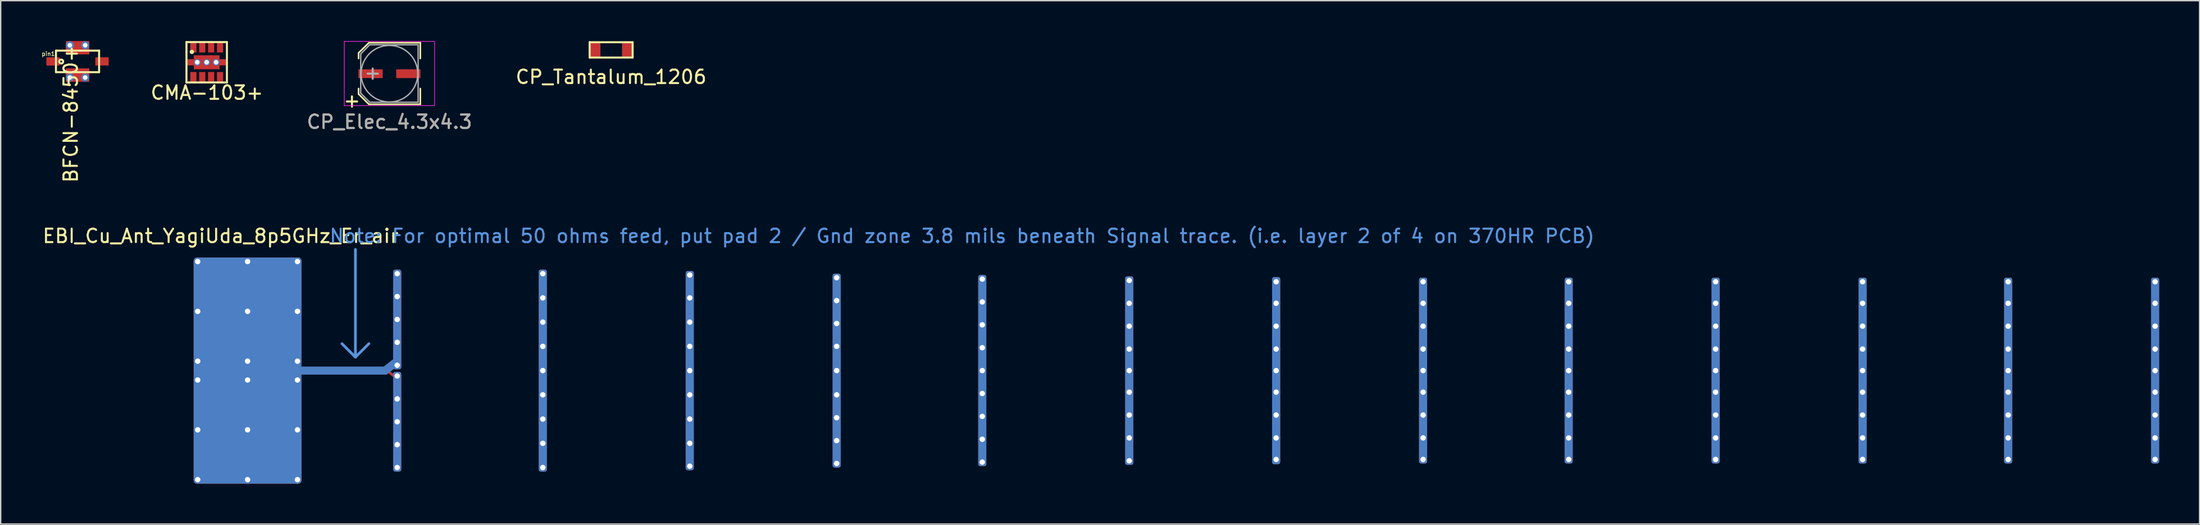
<source format=kicad_pcb>
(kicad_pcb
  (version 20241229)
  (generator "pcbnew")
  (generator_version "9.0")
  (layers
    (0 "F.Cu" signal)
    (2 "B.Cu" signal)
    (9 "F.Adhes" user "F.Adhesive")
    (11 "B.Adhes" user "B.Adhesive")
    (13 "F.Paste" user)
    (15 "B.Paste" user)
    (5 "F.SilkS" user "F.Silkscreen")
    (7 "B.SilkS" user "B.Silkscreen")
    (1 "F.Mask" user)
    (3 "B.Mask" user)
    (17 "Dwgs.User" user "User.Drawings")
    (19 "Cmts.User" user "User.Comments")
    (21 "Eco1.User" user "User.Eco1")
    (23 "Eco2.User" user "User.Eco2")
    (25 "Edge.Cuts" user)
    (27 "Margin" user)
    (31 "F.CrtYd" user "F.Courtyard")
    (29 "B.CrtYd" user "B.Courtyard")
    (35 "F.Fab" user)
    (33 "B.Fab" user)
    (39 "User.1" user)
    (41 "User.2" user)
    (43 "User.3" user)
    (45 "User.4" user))
  (footprint "CP_Elec_4.3x4.3"
    (layer "F.Cu")
    (at 25.838 2.425)
    (property "Reference" "CP_Elec_4.3x4.3" (at 0 3.58 180) (layer "F.SilkS") (effects (font (size 1 1) (thickness 0.15))))
    (attr smd)
    (fp_line (start -2.29 -1.54) (end -2.29 -1.13) (stroke (width 0.12) (type solid)) (layer "F.SilkS"))
    (fp_line (start -2.29 1.51) (end -2.29 1.1) (stroke (width 0.12) (type solid)) (layer "F.SilkS"))
    (fp_line (start -1.52 -2.3) (end -2.29 -1.54) (stroke (width 0.12) (type solid)) (layer "F.SilkS"))
    (fp_line (start -1.52 -2.3) (end 2.29 -2.3) (stroke (width 0.12) (type solid)) (layer "F.SilkS"))
    (fp_line (start -1.52 2.27) (end -2.29 1.51) (stroke (width 0.12) (type solid)) (layer "F.SilkS"))
    (fp_line (start -1.52 2.27) (end 2.29 2.27) (stroke (width 0.12) (type solid)) (layer "F.SilkS"))
    (fp_line (start 2.29 -2.3) (end 2.29 -1.13) (stroke (width 0.12) (type solid)) (layer "F.SilkS"))
    (fp_line (start 2.29 2.27) (end 2.29 1.1) (stroke (width 0.12) (type solid)) (layer "F.SilkS"))
    (fp_line (start -3.35 -2.4) (end -3.35 2.37) (stroke (width 0.05) (type solid)) (layer "F.CrtYd"))
    (fp_line (start -3.35 -2.4) (end 3.35 -2.4) (stroke (width 0.05) (type solid)) (layer "F.CrtYd"))
    (fp_line (start 3.35 2.37) (end -3.35 2.37) (stroke (width 0.05) (type solid)) (layer "F.CrtYd"))
    (fp_line (start 3.35 2.37) (end 3.35 -2.4) (stroke (width 0.05) (type solid)) (layer "F.CrtYd"))
    (fp_line (start -2.13 -1.47) (end -2.13 1.45) (stroke (width 0.1) (type solid)) (layer "F.Fab"))
    (fp_line (start -2.13 1.45) (end -1.46 2.12) (stroke (width 0.1) (type solid)) (layer "F.Fab"))
    (fp_line (start -1.46 -2.15) (end -2.13 -1.47) (stroke (width 0.1) (type solid)) (layer "F.Fab"))
    (fp_line (start -1.46 2.12) (end 2.13 2.12) (stroke (width 0.1) (type solid)) (layer "F.Fab"))
    (fp_line (start 2.13 -2.15) (end -1.46 -2.15) (stroke (width 0.1) (type solid)) (layer "F.Fab"))
    (fp_line (start 2.13 2.12) (end 2.13 -2.15) (stroke (width 0.1) (type solid)) (layer "F.Fab"))
    (fp_circle (center 0 0) (end 0.1 2.1) (stroke (width 0.1) (type solid)) (fill no) (layer "F.Fab"))
    (fp_text user "+" (at -2.78 1.99 180) (layer "F.SilkS") (effects (font (size 1 1) (thickness 0.15))))
    (fp_text user "${REFERENCE}" (at 0 3.58 180) (layer "F.Fab") (effects (font (size 1 1) (thickness 0.15))))
    (fp_text user "+" (at -1.24 -0.08 0) (layer "F.Fab") (effects (font (size 1 1) (thickness 0.15))))
    (pad "1" smd rect (at -1.4 0 180) (size 1.8 0.65) (layers "F.Cu" "F.Mask" "F.Paste"))
    (pad "2" smd rect (at 1.4 0 180) (size 1.8 0.65) (layers "F.Cu" "F.Mask" "F.Paste")))
  (footprint "CMA-103+"
    (layer "F.Cu")
    (at 12.282 1.575)
    (property "Reference" "CMA-103+" (at 0.02 2.26 0) (layer "F.SilkS") (effects (font (size 1 1) (thickness 0.15))))
    (attr through_hole)
    (fp_line (start -1.5 -1.5) (end -1.5 1.5) (stroke (width 0.15) (type solid)) (layer "F.SilkS"))
    (fp_line (start -1.5 1.5) (end 1.5 1.5) (stroke (width 0.15) (type solid)) (layer "F.SilkS"))
    (fp_line (start 1.5 -1.5) (end -1.5 -1.5) (stroke (width 0.15) (type solid)) (layer "F.SilkS"))
    (fp_line (start 1.5 1.5) (end 1.5 -1.5) (stroke (width 0.15) (type solid)) (layer "F.SilkS"))
    (fp_circle (center -1.1 -0.77) (end -1.03 -0.72) (stroke (width 0.15) (type solid)) (fill no) (layer "F.SilkS"))
    (pad "1" smd rect (at -0.99 -1.105) (size 0.46 0.76) (layers "F.Cu" "F.Mask"))
    (pad "2" smd rect (at -0.33 -1.105) (size 0.46 0.76) (layers "F.Cu" "F.Mask"))
    (pad "3" smd rect (at 0.33 -1.105) (size 0.46 0.76) (layers "F.Cu" "F.Mask"))
    (pad "4" smd rect (at 0.99 -1.105) (size 0.46 0.76) (layers "F.Cu" "F.Mask"))
    (pad "5" smd rect (at 0.99 1.105) (size 0.46 0.76) (layers "F.Cu" "F.Mask"))
    (pad "6" smd rect (at 0.33 1.105) (size 0.46 0.76) (layers "F.Cu" "F.Mask"))
    (pad "7" smd rect (at -1.228 0) (size 0.545 0.46) (layers "F.Cu" "F.Mask"))
    (pad "7" thru_hole circle (at -0.7 0) (size 0.5 0.5) (drill 0.34) (layers "*.Cu" "*.Mask" "F.Paste"))
    (pad "7" smd rect (at -0.33 1.105) (size 0.46 0.76) (layers "F.Cu" "F.Mask"))
    (pad "7" thru_hole circle (at 0 0) (size 0.5 0.5) (drill 0.34) (layers "*.Cu" "*.Mask" "F.Paste"))
    (pad "7" smd rect (at 0 0) (size 1.91 1.04) (layers "F.Cu" "F.Mask"))
    (pad "7" thru_hole circle (at 0.7 0) (size 0.5 0.5) (drill 0.34) (layers "*.Cu" "*.Mask" "F.Paste"))
    (pad "7" smd rect (at 1.228 0) (size 0.545 0.46) (layers "F.Cu" "F.Mask"))
    (pad "8" smd rect (at -0.99 1.105) (size 0.46 0.76) (layers "F.Cu" "F.Mask")))
  (footprint "BFCN-8450+"
    (layer "F.Cu")
    (at 2.701 1.51)
    (property "Reference" "BFCN-8450+" (at -0.5 3.9 90) (layer "F.SilkS") (effects (font (size 1 1) (thickness 0.15))))
    (attr smd)
    (fp_line (start -1.6 -0.8) (end -1.6 0.8) (stroke (width 0.15) (type solid)) (layer "F.SilkS"))
    (fp_line (start -1.6 0.8) (end 1.6 0.8) (stroke (width 0.15) (type solid)) (layer "F.SilkS"))
    (fp_line (start 1.6 -0.8) (end -1.6 -0.8) (stroke (width 0.15) (type solid)) (layer "F.SilkS"))
    (fp_line (start 1.6 0.8) (end 1.6 -0.8) (stroke (width 0.15) (type solid)) (layer "F.SilkS"))
    (fp_circle (center -1.21 0.01) (end -1.17 0.07) (stroke (width 0.15) (type solid)) (fill no) (layer "F.SilkS"))
    (fp_text user "pin1" (at -2.17 -0.56 0) (layer "F.SilkS") (effects (font (size 0.3 0.3) (thickness 0.05))))
    (pad "1" smd rect (at -1.815 0) (size 0.99 0.61) (layers "F.Cu" "F.Mask" "F.Paste"))
    (pad "2" thru_hole circle (at -0.57 1.2) (size 0.6 0.6) (drill 0.34) (layers "*.Cu" "*.Mask"))
    (pad "2" smd rect (at 0 1.015) (size 1.75 0.99) (layers "F.Cu" "F.Mask" "F.Paste"))
    (pad "2" thru_hole circle (at 0.57 1.2) (size 0.6 0.6) (drill 0.34) (layers "*.Cu" "*.Mask"))
    (pad "3" smd rect (at 1.815 0) (size 0.99 0.61) (layers "F.Cu" "F.Mask" "F.Paste"))
    (pad "4" thru_hole circle (at -0.57 -1.2) (size 0.6 0.6) (drill 0.34) (layers "*.Cu" "*.Mask"))
    (pad "4" smd rect (at 0 -1.015) (size 1.75 0.99) (layers "F.Cu" "F.Mask" "F.Paste"))
    (pad "4" thru_hole circle (at 0.57 -1.2) (size 0.6 0.6) (drill 0.34) (layers "*.Cu" "*.Mask")))
  (footprint "CP_Tantalum_1206"
    (layer "F.Cu")
    (at 42.289 0.675)
    (property "Reference" "CP_Tantalum_1206" (at -0.01 1.99 0) (layer "F.SilkS") (effects (font (size 1 1) (thickness 0.15))))
    (attr through_hole)
    (fp_line (start -1.6 -0.6) (end -1.6 0.55) (stroke (width 0.15) (type solid)) (layer "F.SilkS"))
    (fp_line (start -1.6 0.55) (end 1.59 0.55) (stroke (width 0.15) (type solid)) (layer "F.SilkS"))
    (fp_line (start 1.59 -0.59) (end -1.57 -0.59) (stroke (width 0.15) (type solid)) (layer "F.SilkS"))
    (fp_line (start 1.59 0.55) (end 1.59 -0.59) (stroke (width 0.15) (type solid)) (layer "F.SilkS"))
    (pad "1" smd rect (at -1.2 0) (size 0.8 1.2) (layers "F.Cu" "F.Mask" "F.Paste"))
    (pad "2" smd rect (at 1.2 0) (size 0.8 1.2) (layers "F.Cu" "F.Mask" "F.Paste")))
  (footprint "EBI_Cu_Ant_YagiUda_8p5GHz_Er_air"
    (layer "F.Cu")
    (at 19.315 24.478)
    (property "Reference" "EBI_Cu_Ant_YagiUda_8p5GHz_Er_air" (at -6 -10 0) (layer "F.SilkS") (effects (font (size 1 1) (thickness 0.15))))
    (attr through_hole)
    (fp_line (start 4 -9) (end 4 -1) (stroke (width 0.2) (type solid)) (layer "Cmts.User"))
    (fp_line (start 4 -1) (end 3 -2) (stroke (width 0.2) (type solid)) (layer "Cmts.User"))
    (fp_line (start 5 -2) (end 4 -1) (stroke (width 0.2) (type solid)) (layer "Cmts.User"))
    (fp_text user "Note: For optimal 50 ohms feed, put pad 2 / Gnd zone 3.8 mils beneath Signal trace. (i.e. layer 2 of 4 on 370HR PCB)" (at 49 -10 0) (layer "Cmts.User") (effects (font (size 1 1) (thickness 0.15))))
    (pad "1" smd roundrect (at 6.4 0) (size 14.4 0.2) (drill (offset -7.2 0)) (layers "F.Cu") (roundrect_rratio 0.25))
    (pad "1" smd roundrect (at 6.76 0.32 323) (size 1.2 0.2) (layers "F.Cu") (roundrect_rratio 0.25))
    (pad "1" thru_hole circle (at 7.1 0.4) (size 0.6 0.6) (drill 0.4) (layers "*.Cu"))
    (pad "1" thru_hole circle (at 7.1 2.1) (size 0.6 0.6) (drill 0.4) (layers "*.Cu"))
    (pad "1" thru_hole roundrect (at 7.1 3.8 90) (size 7.4 0.6) (drill 0.4) (layers "*.Cu") (roundrect_rratio 0.25))
    (pad "1" thru_hole circle (at 7.1 5.5) (size 0.6 0.6) (drill 0.4) (layers "*.Cu"))
    (pad "1" thru_hole circle (at 7.1 7.2) (size 0.6 0.6) (drill 0.4) (layers "*.Cu"))
    (pad "2" thru_hole circle (at -7.7 -8.1) (size 0.6 0.6) (drill 0.4) (layers "*.Cu"))
    (pad "2" thru_hole circle (at -7.7 -4.4) (size 0.6 0.6) (drill 0.4) (layers "*.Cu"))
    (pad "2" thru_hole circle (at -7.7 -0.7) (size 0.6 0.6) (drill 0.4) (layers "*.Cu"))
    (pad "2" thru_hole circle (at -7.7 0.7) (size 0.6 0.6) (drill 0.4) (layers "*.Cu"))
    (pad "2" thru_hole circle (at -7.7 4.4) (size 0.6 0.6) (drill 0.4) (layers "*.Cu"))
    (pad "2" thru_hole circle (at -7.7 8.1) (size 0.6 0.6) (drill 0.4) (layers "*.Cu"))
    (pad "2" thru_hole circle (at -4 -8.1) (size 0.6 0.6) (drill 0.4) (layers "*.Cu"))
    (pad "2" thru_hole circle (at -4 -4.4) (size 0.6 0.6) (drill 0.4) (layers "*.Cu"))
    (pad "2" smd roundrect (at -4 -4.4) (size 8 8) (layers "F.Cu") (roundrect_rratio 0.03))
    (pad "2" thru_hole circle (at -4 -0.7) (size 0.6 0.6) (drill 0.4) (layers "*.Cu"))
    (pad "2" smd roundrect (at -4 0) (size 8 16.8) (layers "B.Cu") (roundrect_rratio 0.03))
    (pad "2" thru_hole circle (at -4 0.7) (size 0.6 0.6) (drill 0.4) (layers "*.Cu"))
    (pad "2" thru_hole circle (at -4 4.4) (size 0.6 0.6) (drill 0.4) (layers "*.Cu"))
    (pad "2" smd roundrect (at -4 4.4) (size 8 8) (layers "F.Cu") (roundrect_rratio 0.03))
    (pad "2" thru_hole circle (at -4 8.1) (size 0.6 0.6) (drill 0.4) (layers "*.Cu"))
    (pad "2" smd roundrect (at -0.5 0) (size 7.4 0.6) (drill (offset 3.2 0)) (layers "B.Cu") (roundrect_rratio 0.25))
    (pad "2" thru_hole circle (at -0.3 -8.1) (size 0.6 0.6) (drill 0.4) (layers "*.Cu"))
    (pad "2" thru_hole circle (at -0.3 -4.4) (size 0.6 0.6) (drill 0.4) (layers "*.Cu"))
    (pad "2" thru_hole circle (at -0.3 -0.7) (size 0.6 0.6) (drill 0.4) (layers "*.Cu"))
    (pad "2" thru_hole circle (at -0.3 0.7) (size 0.6 0.6) (drill 0.4) (layers "*.Cu"))
    (pad "2" thru_hole circle (at -0.3 4.4) (size 0.6 0.6) (drill 0.4) (layers "*.Cu"))
    (pad "2" thru_hole circle (at -0.3 8.1) (size 0.6 0.6) (drill 0.4) (layers "*.Cu"))
    (pad "2" smd roundrect (at 6.64 -0.34 38) (size 1.5 0.6) (layers "B.Cu") (roundrect_rratio 0.25))
    (pad "2" thru_hole circle (at 7.1 -7.2) (size 0.6 0.6) (drill 0.4) (layers "*.Cu"))
    (pad "2" thru_hole circle (at 7.1 -5.5) (size 0.6 0.6) (drill 0.4) (layers "*.Cu"))
    (pad "2" thru_hole roundrect (at 7.1 -3.8) (size 0.6 7.4) (drill 0.4) (layers "*.Cu") (roundrect_rratio 0.25))
    (pad "2" thru_hole circle (at 7.1 -2.1) (size 0.6 0.6) (drill 0.4) (layers "*.Cu"))
    (pad "2" thru_hole circle (at 7.1 -0.4) (size 0.6 0.6) (drill 0.4) (layers "*.Cu"))
    (pad "3" thru_hole circle (at 17.9 -7.2) (size 0.6 0.6) (drill 0.4) (layers "*.Cu"))
    (pad "3" thru_hole circle (at 17.9 -5.4) (size 0.6 0.6) (drill 0.4) (layers "*.Cu"))
    (pad "3" thru_hole circle (at 17.9 -3.6) (size 0.6 0.6) (drill 0.4) (layers "*.Cu"))
    (pad "3" thru_hole circle (at 17.9 -1.8) (size 0.6 0.6) (drill 0.4) (layers "*.Cu"))
    (pad "3" thru_hole roundrect (at 17.9 0 90) (size 15 0.6) (drill 0.4) (layers "*.Cu") (roundrect_rratio 0.25))
    (pad "3" thru_hole circle (at 17.9 1.8) (size 0.6 0.6) (drill 0.4) (layers "*.Cu"))
    (pad "3" thru_hole circle (at 17.9 3.6) (size 0.6 0.6) (drill 0.4) (layers "*.Cu"))
    (pad "3" thru_hole circle (at 17.9 5.4) (size 0.6 0.6) (drill 0.4) (layers "*.Cu"))
    (pad "3" thru_hole circle (at 17.9 7.2) (size 0.6 0.6) (drill 0.4) (layers "*.Cu"))
    (pad "3" thru_hole circle (at 28.8 -7.1) (size 0.6 0.6) (drill 0.4) (layers "*.Cu"))
    (pad "3" thru_hole circle (at 28.8 -5.4) (size 0.6 0.6) (drill 0.4) (layers "*.Cu"))
    (pad "3" thru_hole circle (at 28.8 -3.6) (size 0.6 0.6) (drill 0.4) (layers "*.Cu"))
    (pad "3" thru_hole circle (at 28.8 -1.8) (size 0.6 0.6) (drill 0.4) (layers "*.Cu"))
    (pad "3" thru_hole roundrect (at 28.8 0 90) (size 14.8 0.6) (drill 0.4) (layers "*.Cu") (roundrect_rratio 0.25))
    (pad "3" thru_hole circle (at 28.8 1.8) (size 0.6 0.6) (drill 0.4) (layers "*.Cu"))
    (pad "3" thru_hole circle (at 28.8 3.6) (size 0.6 0.6) (drill 0.4) (layers "*.Cu"))
    (pad "3" thru_hole circle (at 28.8 5.4) (size 0.6 0.6) (drill 0.4) (layers "*.Cu"))
    (pad "3" thru_hole circle (at 28.8 7.1) (size 0.6 0.6) (drill 0.4) (layers "*.Cu"))
    (pad "3" thru_hole circle (at 39.7 -6.9) (size 0.6 0.6) (drill 0.4) (layers "*.Cu"))
    (pad "3" thru_hole circle (at 39.7 -5.2) (size 0.6 0.6) (drill 0.4) (layers "*.Cu"))
    (pad "3" thru_hole circle (at 39.7 -3.5) (size 0.6 0.6) (drill 0.4) (layers "*.Cu"))
    (pad "3" thru_hole circle (at 39.7 -1.8) (size 0.6 0.6) (drill 0.4) (layers "*.Cu"))
    (pad "3" thru_hole roundrect (at 39.7 0 90) (size 14.4 0.6) (drill 0.4) (layers "*.Cu") (roundrect_rratio 0.25))
    (pad "3" thru_hole circle (at 39.7 1.8) (size 0.6 0.6) (drill 0.4) (layers "*.Cu"))
    (pad "3" thru_hole circle (at 39.7 3.5) (size 0.6 0.6) (drill 0.4) (layers "*.Cu"))
    (pad "3" thru_hole circle (at 39.7 5.2) (size 0.6 0.6) (drill 0.4) (layers "*.Cu"))
    (pad "3" thru_hole circle (at 39.7 6.9) (size 0.6 0.6) (drill 0.4) (layers "*.Cu"))
    (pad "3" thru_hole circle (at 50.5 -6.8) (size 0.6 0.6) (drill 0.4) (layers "*.Cu"))
    (pad "3" thru_hole circle (at 50.5 -5.1) (size 0.6 0.6) (drill 0.4) (layers "*.Cu"))
    (pad "3" thru_hole circle (at 50.5 -3.4) (size 0.6 0.6) (drill 0.4) (layers "*.Cu"))
    (pad "3" thru_hole circle (at 50.5 -1.7) (size 0.6 0.6) (drill 0.4) (layers "*.Cu"))
    (pad "3" thru_hole roundrect (at 50.5 0 90) (size 14.2 0.6) (drill 0.4) (layers "*.Cu") (roundrect_rratio 0.25))
    (pad "3" thru_hole circle (at 50.5 1.7) (size 0.6 0.6) (drill 0.4) (layers "*.Cu"))
    (pad "3" thru_hole circle (at 50.5 3.4) (size 0.6 0.6) (drill 0.4) (layers "*.Cu"))
    (pad "3" thru_hole circle (at 50.5 5.1) (size 0.6 0.6) (drill 0.4) (layers "*.Cu"))
    (pad "3" thru_hole circle (at 50.5 6.8) (size 0.6 0.6) (drill 0.4) (layers "*.Cu"))
    (pad "3" thru_hole circle (at 61.4 -6.7) (size 0.6 0.6) (drill 0.4) (layers "*.Cu"))
    (pad "3" thru_hole circle (at 61.4 -5) (size 0.6 0.6) (drill 0.4) (layers "*.Cu"))
    (pad "3" thru_hole circle (at 61.4 -3.3) (size 0.6 0.6) (drill 0.4) (layers "*.Cu"))
    (pad "3" thru_hole circle (at 61.4 -1.6) (size 0.6 0.6) (drill 0.4) (layers "*.Cu"))
    (pad "3" thru_hole roundrect (at 61.4 0 90) (size 14 0.6) (drill 0.4) (layers "*.Cu") (roundrect_rratio 0.25))
    (pad "3" thru_hole circle (at 61.4 1.6) (size 0.6 0.6) (drill 0.4) (layers "*.Cu"))
    (pad "3" thru_hole circle (at 61.4 3.3) (size 0.6 0.6) (drill 0.4) (layers "*.Cu"))
    (pad "3" thru_hole circle (at 61.4 5) (size 0.6 0.6) (drill 0.4) (layers "*.Cu"))
    (pad "3" thru_hole circle (at 61.4 6.7) (size 0.6 0.6) (drill 0.4) (layers "*.Cu"))
    (pad "3" thru_hole circle (at 72.3 -6.6) (size 0.6 0.6) (drill 0.4) (layers "*.Cu"))
    (pad "3" thru_hole circle (at 72.3 -5) (size 0.6 0.6) (drill 0.4) (layers "*.Cu"))
    (pad "3" thru_hole circle (at 72.3 -3.3) (size 0.6 0.6) (drill 0.4) (layers "*.Cu"))
    (pad "3" thru_hole circle (at 72.3 -1.6) (size 0.6 0.6) (drill 0.4) (layers "*.Cu"))
    (pad "3" thru_hole roundrect (at 72.3 0 90) (size 13.9 0.6) (drill 0.4) (layers "*.Cu") (roundrect_rratio 0.25))
    (pad "3" thru_hole circle (at 72.3 1.6) (size 0.6 0.6) (drill 0.4) (layers "*.Cu"))
    (pad "3" thru_hole circle (at 72.3 3.3) (size 0.6 0.6) (drill 0.4) (layers "*.Cu"))
    (pad "3" thru_hole circle (at 72.3 5) (size 0.6 0.6) (drill 0.4) (layers "*.Cu"))
    (pad "3" thru_hole circle (at 72.3 6.6) (size 0.6 0.6) (drill 0.4) (layers "*.Cu"))
    (pad "3" thru_hole circle (at 83.2 -6.6) (size 0.6 0.6) (drill 0.4) (layers "*.Cu"))
    (pad "3" thru_hole circle (at 83.2 -5) (size 0.6 0.6) (drill 0.4) (layers "*.Cu"))
    (pad "3" thru_hole circle (at 83.2 -3.3) (size 0.6 0.6) (drill 0.4) (layers "*.Cu"))
    (pad "3" thru_hole circle (at 83.2 -1.6) (size 0.6 0.6) (drill 0.4) (layers "*.Cu"))
    (pad "3" thru_hole roundrect (at 83.2 0 90) (size 13.8 0.6) (drill 0.4) (layers "*.Cu") (roundrect_rratio 0.25))
    (pad "3" thru_hole circle (at 83.2 1.6) (size 0.6 0.6) (drill 0.4) (layers "*.Cu"))
    (pad "3" thru_hole circle (at 83.2 3.3) (size 0.6 0.6) (drill 0.4) (layers "*.Cu"))
    (pad "3" thru_hole circle (at 83.2 5) (size 0.6 0.6) (drill 0.4) (layers "*.Cu"))
    (pad "3" thru_hole circle (at 83.2 6.6) (size 0.6 0.6) (drill 0.4) (layers "*.Cu"))
    (pad "3" thru_hole circle (at 94 -6.6) (size 0.6 0.6) (drill 0.4) (layers "*.Cu"))
    (pad "3" thru_hole circle (at 94 -5) (size 0.6 0.6) (drill 0.4) (layers "*.Cu"))
    (pad "3" thru_hole circle (at 94 -3.3) (size 0.6 0.6) (drill 0.4) (layers "*.Cu"))
    (pad "3" thru_hole circle (at 94 -1.6) (size 0.6 0.6) (drill 0.4) (layers "*.Cu"))
    (pad "3" thru_hole roundrect (at 94 0 90) (size 13.8 0.6) (drill 0.4) (layers "*.Cu") (roundrect_rratio 0.25))
    (pad "3" thru_hole circle (at 94 1.6) (size 0.6 0.6) (drill 0.4) (layers "*.Cu"))
    (pad "3" thru_hole circle (at 94 3.3) (size 0.6 0.6) (drill 0.4) (layers "*.Cu"))
    (pad "3" thru_hole circle (at 94 5) (size 0.6 0.6) (drill 0.4) (layers "*.Cu"))
    (pad "3" thru_hole circle (at 94 6.6) (size 0.6 0.6) (drill 0.4) (layers "*.Cu"))
    (pad "3" thru_hole circle (at 104.9 -6.6) (size 0.6 0.6) (drill 0.4) (layers "*.Cu"))
    (pad "3" thru_hole circle (at 104.9 -5) (size 0.6 0.6) (drill 0.4) (layers "*.Cu"))
    (pad "3" thru_hole circle (at 104.9 -3.3) (size 0.6 0.6) (drill 0.4) (layers "*.Cu"))
    (pad "3" thru_hole circle (at 104.9 -1.6) (size 0.6 0.6) (drill 0.4) (layers "*.Cu"))
    (pad "3" thru_hole roundrect (at 104.9 0 90) (size 13.8 0.6) (drill 0.4) (layers "*.Cu") (roundrect_rratio 0.25))
    (pad "3" thru_hole circle (at 104.9 1.6) (size 0.6 0.6) (drill 0.4) (layers "*.Cu"))
    (pad "3" thru_hole circle (at 104.9 3.3) (size 0.6 0.6) (drill 0.4) (layers "*.Cu"))
    (pad "3" thru_hole circle (at 104.9 5) (size 0.6 0.6) (drill 0.4) (layers "*.Cu"))
    (pad "3" thru_hole circle (at 104.9 6.6) (size 0.6 0.6) (drill 0.4) (layers "*.Cu"))
    (pad "3" thru_hole circle (at 115.8 -6.6) (size 0.6 0.6) (drill 0.4) (layers "*.Cu"))
    (pad "3" thru_hole circle (at 115.8 -5) (size 0.6 0.6) (drill 0.4) (layers "*.Cu"))
    (pad "3" thru_hole circle (at 115.8 -3.3) (size 0.6 0.6) (drill 0.4) (layers "*.Cu"))
    (pad "3" thru_hole circle (at 115.8 -1.6) (size 0.6 0.6) (drill 0.4) (layers "*.Cu"))
    (pad "3" thru_hole roundrect (at 115.8 0 90) (size 13.8 0.6) (drill 0.4) (layers "*.Cu") (roundrect_rratio 0.25))
    (pad "3" thru_hole circle (at 115.8 1.6) (size 0.6 0.6) (drill 0.4) (layers "*.Cu"))
    (pad "3" thru_hole circle (at 115.8 3.3) (size 0.6 0.6) (drill 0.4) (layers "*.Cu"))
    (pad "3" thru_hole circle (at 115.8 5) (size 0.6 0.6) (drill 0.4) (layers "*.Cu"))
    (pad "3" thru_hole circle (at 115.8 6.6) (size 0.6 0.6) (drill 0.4) (layers "*.Cu"))
    (pad "3" thru_hole circle (at 126.6 -6.6) (size 0.6 0.6) (drill 0.4) (layers "*.Cu"))
    (pad "3" thru_hole circle (at 126.6 -5) (size 0.6 0.6) (drill 0.4) (layers "*.Cu"))
    (pad "3" thru_hole circle (at 126.6 -3.3) (size 0.6 0.6) (drill 0.4) (layers "*.Cu"))
    (pad "3" thru_hole circle (at 126.6 -1.6) (size 0.6 0.6) (drill 0.4) (layers "*.Cu"))
    (pad "3" thru_hole roundrect (at 126.6 0 90) (size 13.8 0.6) (drill 0.4) (layers "*.Cu") (roundrect_rratio 0.25))
    (pad "3" thru_hole circle (at 126.6 1.6) (size 0.6 0.6) (drill 0.4) (layers "*.Cu"))
    (pad "3" thru_hole circle (at 126.6 3.3) (size 0.6 0.6) (drill 0.4) (layers "*.Cu"))
    (pad "3" thru_hole circle (at 126.6 5) (size 0.6 0.6) (drill 0.4) (layers "*.Cu"))
    (pad "3" thru_hole circle (at 126.6 6.6) (size 0.6 0.6) (drill 0.4) (layers "*.Cu"))
    (pad "3" thru_hole circle (at 137.5 -6.6) (size 0.6 0.6) (drill 0.4) (layers "*.Cu"))
    (pad "3" thru_hole circle (at 137.5 -5) (size 0.6 0.6) (drill 0.4) (layers "*.Cu"))
    (pad "3" thru_hole circle (at 137.5 -3.3) (size 0.6 0.6) (drill 0.4) (layers "*.Cu"))
    (pad "3" thru_hole circle (at 137.5 -1.6) (size 0.6 0.6) (drill 0.4) (layers "*.Cu"))
    (pad "3" thru_hole roundrect (at 137.5 0 90) (size 13.8 0.6) (drill 0.4) (layers "*.Cu") (roundrect_rratio 0.25))
    (pad "3" thru_hole circle (at 137.5 1.6) (size 0.6 0.6) (drill 0.4) (layers "*.Cu"))
    (pad "3" thru_hole circle (at 137.5 3.3) (size 0.6 0.6) (drill 0.4) (layers "*.Cu"))
    (pad "3" thru_hole circle (at 137.5 5) (size 0.6 0.6) (drill 0.4) (layers "*.Cu"))
    (pad "3" thru_hole circle (at 137.5 6.6) (size 0.6 0.6) (drill 0.4) (layers "*.Cu")))
  (gr_rect
    (start -3 -3)
    (end 160.115 35.878)
    (stroke (width 0.1) (type default))
    (fill no)
    (layer "Edge.Cuts")))
</source>
